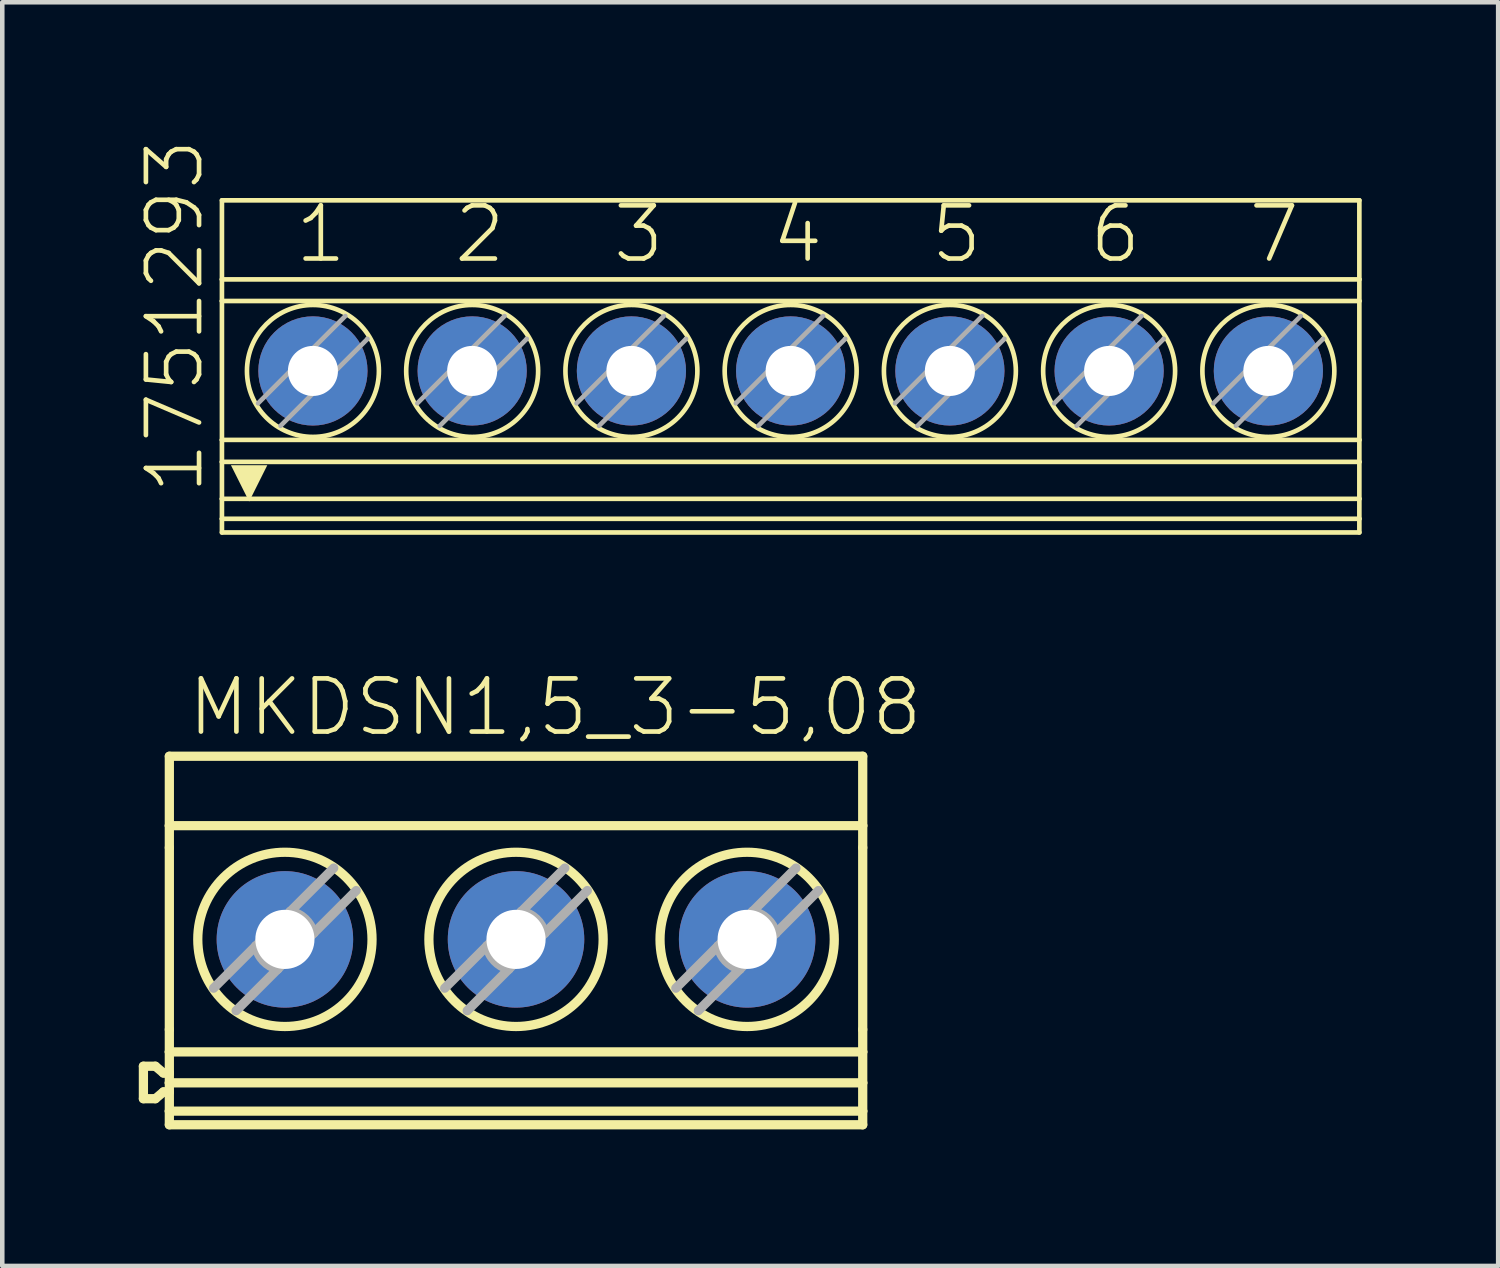
<source format=kicad_pcb>
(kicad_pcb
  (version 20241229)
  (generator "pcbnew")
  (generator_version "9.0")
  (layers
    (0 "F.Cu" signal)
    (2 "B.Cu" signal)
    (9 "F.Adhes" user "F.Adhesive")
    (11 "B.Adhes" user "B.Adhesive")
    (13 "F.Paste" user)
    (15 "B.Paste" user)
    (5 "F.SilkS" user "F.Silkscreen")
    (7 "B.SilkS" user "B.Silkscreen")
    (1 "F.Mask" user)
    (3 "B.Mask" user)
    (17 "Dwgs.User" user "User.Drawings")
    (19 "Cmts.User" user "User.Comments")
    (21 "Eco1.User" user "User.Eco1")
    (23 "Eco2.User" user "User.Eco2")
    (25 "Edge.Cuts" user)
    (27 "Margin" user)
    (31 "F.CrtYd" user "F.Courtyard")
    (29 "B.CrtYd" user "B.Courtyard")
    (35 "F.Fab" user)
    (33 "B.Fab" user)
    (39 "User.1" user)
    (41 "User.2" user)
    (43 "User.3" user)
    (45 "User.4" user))
  (footprint "MKDSN1,5_3-5,08"
    (layer "F.Cu")
    (at 10.853 17.622)
    (property "Reference" "MKDSN1,5_3-5,08" (at -9.831 -4.445 0) (layer "F.SilkS") (effects (font (size 1.168 1.168) (thickness 0.102)) (justify left bottom)))
    (fp_line (start -10.751 2.763) (end -10.751 3.477) (stroke (width 0.203) (type solid)) (layer "F.SilkS"))
    (fp_line (start -10.751 2.763) (end -10.488 2.763) (stroke (width 0.203) (type solid)) (layer "F.SilkS"))
    (fp_line (start -10.751 3.477) (end -10.488 3.477) (stroke (width 0.203) (type solid)) (layer "F.SilkS"))
    (fp_line (start -10.488 2.763) (end -10.31 2.913) (stroke (width 0.203) (type solid)) (layer "F.SilkS"))
    (fp_line (start -10.31 2.913) (end -10.181 2.913) (stroke (width 0.203) (type solid)) (layer "F.SilkS"))
    (fp_line (start -10.31 3.327) (end -10.488 3.477) (stroke (width 0.203) (type solid)) (layer "F.SilkS"))
    (fp_line (start -10.181 -4.05) (end 5.059 -4.05) (stroke (width 0.203) (type solid)) (layer "F.SilkS"))
    (fp_line (start -10.181 -2.524) (end -10.181 -4.05) (stroke (width 0.203) (type solid)) (layer "F.SilkS"))
    (fp_line (start -10.181 -2.524) (end -10.181 -2.041) (stroke (width 0.203) (type solid)) (layer "F.SilkS"))
    (fp_line (start -10.181 -2.524) (end 5.059 -2.524) (stroke (width 0.203) (type solid)) (layer "F.SilkS"))
    (fp_line (start -10.181 1.956) (end -10.181 -2.041) (stroke (width 0.203) (type solid)) (layer "F.SilkS"))
    (fp_line (start -10.181 1.956) (end -10.181 2.448) (stroke (width 0.203) (type solid)) (layer "F.SilkS"))
    (fp_line (start -10.181 2.913) (end -10.181 2.448) (stroke (width 0.203) (type solid)) (layer "F.SilkS"))
    (fp_line (start -10.181 3.128) (end -10.181 2.913) (stroke (width 0.203) (type solid)) (layer "F.SilkS"))
    (fp_line (start -10.181 3.128) (end 5.059 3.128) (stroke (width 0.203) (type solid)) (layer "F.SilkS"))
    (fp_line (start -10.181 3.327) (end -10.31 3.327) (stroke (width 0.203) (type solid)) (layer "F.SilkS"))
    (fp_line (start -10.181 3.327) (end -10.181 3.128) (stroke (width 0.203) (type solid)) (layer "F.SilkS"))
    (fp_line (start -10.181 3.75) (end -10.181 3.327) (stroke (width 0.203) (type solid)) (layer "F.SilkS"))
    (fp_line (start -10.181 3.75) (end -10.181 4.05) (stroke (width 0.203) (type solid)) (layer "F.SilkS"))
    (fp_line (start -10.181 4.05) (end 5.059 4.05) (stroke (width 0.203) (type solid)) (layer "F.SilkS"))
    (fp_line (start 5.059 -2.524) (end 5.059 -4.05) (stroke (width 0.203) (type solid)) (layer "F.SilkS"))
    (fp_line (start 5.059 -2.524) (end 5.059 -2.041) (stroke (width 0.203) (type solid)) (layer "F.SilkS"))
    (fp_line (start 5.059 1.956) (end 5.059 -2.041) (stroke (width 0.203) (type solid)) (layer "F.SilkS"))
    (fp_line (start 5.059 1.956) (end 5.059 2.448) (stroke (width 0.203) (type solid)) (layer "F.SilkS"))
    (fp_line (start 5.059 2.448) (end -10.181 2.448) (stroke (width 0.203) (type solid)) (layer "F.SilkS"))
    (fp_line (start 5.059 3.128) (end 5.059 2.448) (stroke (width 0.203) (type solid)) (layer "F.SilkS"))
    (fp_line (start 5.059 3.75) (end -10.181 3.75) (stroke (width 0.203) (type solid)) (layer "F.SilkS"))
    (fp_line (start 5.059 3.75) (end 5.059 3.128) (stroke (width 0.203) (type solid)) (layer "F.SilkS"))
    (fp_line (start 5.059 3.75) (end 5.059 4.05) (stroke (width 0.203) (type solid)) (layer "F.SilkS"))
    (fp_circle (center -7.641 -0.025) (end -5.726 -0.025) (stroke (width 0.203) (type solid)) (fill no) (layer "F.SilkS"))
    (fp_circle (center -2.561 -0.025) (end -0.646 -0.025) (stroke (width 0.203) (type solid)) (fill no) (layer "F.SilkS"))
    (fp_circle (center 2.519 -0.025) (end 4.434 -0.025) (stroke (width 0.203) (type solid)) (fill no) (layer "F.SilkS"))
    (fp_line (start -9.209 1.048) (end -8.28 0.119) (stroke (width 0.203) (type solid)) (layer "F.Fab"))
    (fp_line (start -8.28 0.119) (end -7.641 -0.52) (stroke (width 0.203) (type solid)) (layer "F.Fab"))
    (fp_line (start -7.801 0.63) (end -8.714 1.543) (stroke (width 0.203) (type solid)) (layer "F.Fab"))
    (fp_line (start -7.641 -0.52) (end -7.522 -0.639) (stroke (width 0.203) (type solid)) (layer "F.Fab"))
    (fp_line (start -7.641 0.47) (end -7.801 0.63) (stroke (width 0.203) (type solid)) (layer "F.Fab"))
    (fp_line (start -7.522 -0.639) (end -6.568 -1.593) (stroke (width 0.203) (type solid)) (layer "F.Fab"))
    (fp_line (start -7.011 -0.16) (end -7.641 0.47) (stroke (width 0.203) (type solid)) (layer "F.Fab"))
    (fp_line (start -6.073 -1.098) (end -7.011 -0.16) (stroke (width 0.203) (type solid)) (layer "F.Fab"))
    (fp_line (start -4.129 1.048) (end -3.2 0.119) (stroke (width 0.203) (type solid)) (layer "F.Fab"))
    (fp_line (start -3.2 0.119) (end -2.561 -0.52) (stroke (width 0.203) (type solid)) (layer "F.Fab"))
    (fp_line (start -2.721 0.63) (end -3.634 1.543) (stroke (width 0.203) (type solid)) (layer "F.Fab"))
    (fp_line (start -2.561 -0.52) (end -2.442 -0.639) (stroke (width 0.203) (type solid)) (layer "F.Fab"))
    (fp_line (start -2.561 0.47) (end -2.721 0.63) (stroke (width 0.203) (type solid)) (layer "F.Fab"))
    (fp_line (start -2.442 -0.639) (end -1.488 -1.593) (stroke (width 0.203) (type solid)) (layer "F.Fab"))
    (fp_line (start -1.931 -0.16) (end -2.561 0.47) (stroke (width 0.203) (type solid)) (layer "F.Fab"))
    (fp_line (start -0.993 -1.098) (end -1.931 -0.16) (stroke (width 0.203) (type solid)) (layer "F.Fab"))
    (fp_line (start 0.951 1.048) (end 1.88 0.119) (stroke (width 0.203) (type solid)) (layer "F.Fab"))
    (fp_line (start 1.88 0.119) (end 2.519 -0.52) (stroke (width 0.203) (type solid)) (layer "F.Fab"))
    (fp_line (start 2.359 0.63) (end 1.446 1.543) (stroke (width 0.203) (type solid)) (layer "F.Fab"))
    (fp_line (start 2.519 -0.52) (end 2.638 -0.639) (stroke (width 0.203) (type solid)) (layer "F.Fab"))
    (fp_line (start 2.519 0.47) (end 2.359 0.63) (stroke (width 0.203) (type solid)) (layer "F.Fab"))
    (fp_line (start 2.638 -0.639) (end 3.592 -1.593) (stroke (width 0.203) (type solid)) (layer "F.Fab"))
    (fp_line (start 3.149 -0.16) (end 2.519 0.47) (stroke (width 0.203) (type solid)) (layer "F.Fab"))
    (fp_line (start 4.087 -1.098) (end 3.149 -0.16) (stroke (width 0.203) (type solid)) (layer "F.Fab"))
    (fp_arc (start -7.801099 0.63) (mid -8.115315 0.444537) (end -8.2801 0.119) (stroke (width 0.2032) (type solid)) (layer "F.Fab"))
    (fp_arc (start -7.5221 -0.639) (mid -7.196563 -0.474216) (end -7.0111 -0.16) (stroke (width 0.2032) (type solid)) (layer "F.Fab"))
    (fp_arc (start -2.721099 0.63) (mid -3.035315 0.444537) (end -3.2001 0.119) (stroke (width 0.2032) (type solid)) (layer "F.Fab"))
    (fp_arc (start -2.4421 -0.639) (mid -2.116563 -0.474216) (end -1.9311 -0.16) (stroke (width 0.2032) (type solid)) (layer "F.Fab"))
    (fp_arc (start 2.3589 0.629999) (mid 2.044684 0.444536) (end 1.8799 0.119) (stroke (width 0.2032) (type solid)) (layer "F.Fab"))
    (fp_arc (start 2.6379 -0.639001) (mid 2.963437 -0.474216) (end 3.1489 -0.16) (stroke (width 0.2032) (type solid)) (layer "F.Fab"))
    (pad "1" thru_hole circle (at -7.641 -0.025) (size 3 3) (drill 1.3) (layers "*.Cu" "*.Mask"))
    (pad "2" thru_hole circle (at -2.561 -0.025) (size 3 3) (drill 1.3) (layers "*.Cu" "*.Mask"))
    (pad "3" thru_hole circle (at 2.519 -0.025) (size 3 3) (drill 1.3) (layers "*.Cu" "*.Mask")))
  (footprint "1751293"
    (layer "F.Cu")
    (at 14.328 5.003)
    (property "Reference" "1751293" (at -12.855 2.857 90) (layer "F.SilkS") (effects (font (size 1.168 1.168) (thickness 0.102)) (justify left bottom)))
    (fp_line (start -12.5 -3.65) (end -12.5 -1.912) (stroke (width 0.102) (type solid)) (layer "F.SilkS"))
    (fp_line (start -12.5 -3.65) (end 12.5 -3.65) (stroke (width 0.102) (type solid)) (layer "F.SilkS"))
    (fp_line (start -12.5 -1.912) (end -12.5 -1.437) (stroke (width 0.102) (type solid)) (layer "F.SilkS"))
    (fp_line (start -12.5 -1.912) (end 12.5 -1.912) (stroke (width 0.102) (type solid)) (layer "F.SilkS"))
    (fp_line (start -12.5 1.616) (end -12.5 -1.437) (stroke (width 0.102) (type solid)) (layer "F.SilkS"))
    (fp_line (start -12.5 1.616) (end -12.5 2.099) (stroke (width 0.102) (type solid)) (layer "F.SilkS"))
    (fp_line (start -12.5 1.616) (end 12.5 1.616) (stroke (width 0.102) (type solid)) (layer "F.SilkS"))
    (fp_line (start -12.5 2.099) (end -12.5 2.911) (stroke (width 0.102) (type solid)) (layer "F.SilkS"))
    (fp_line (start -12.5 2.911) (end -12.5 3.35) (stroke (width 0.102) (type solid)) (layer "F.SilkS"))
    (fp_line (start -12.5 3.35) (end -12.5 3.65) (stroke (width 0.102) (type solid)) (layer "F.SilkS"))
    (fp_line (start -12.5 3.35) (end 12.5 3.35) (stroke (width 0.102) (type solid)) (layer "F.SilkS"))
    (fp_line (start -12.5 3.65) (end 12.5 3.65) (stroke (width 0.102) (type solid)) (layer "F.SilkS"))
    (fp_line (start -9.294 -0.611) (end -9.3 -0.605) (stroke (width 0.102) (type solid)) (layer "F.SilkS"))
    (fp_line (start -5.794 -0.611) (end -5.8 -0.605) (stroke (width 0.102) (type solid)) (layer "F.SilkS"))
    (fp_line (start -2.294 -0.611) (end -2.3 -0.605) (stroke (width 0.102) (type solid)) (layer "F.SilkS"))
    (fp_line (start 1.206 -0.611) (end 1.2 -0.605) (stroke (width 0.102) (type solid)) (layer "F.SilkS"))
    (fp_line (start 4.706 -0.611) (end 4.7 -0.605) (stroke (width 0.102) (type solid)) (layer "F.SilkS"))
    (fp_line (start 8.206 -0.611) (end 8.2 -0.605) (stroke (width 0.102) (type solid)) (layer "F.SilkS"))
    (fp_line (start 11.706 -0.611) (end 11.7 -0.605) (stroke (width 0.102) (type solid)) (layer "F.SilkS"))
    (fp_line (start 12.5 -3.65) (end 12.5 -1.912) (stroke (width 0.102) (type solid)) (layer "F.SilkS"))
    (fp_line (start 12.5 -1.437) (end -12.5 -1.437) (stroke (width 0.102) (type solid)) (layer "F.SilkS"))
    (fp_line (start 12.5 -1.437) (end 12.5 -1.912) (stroke (width 0.102) (type solid)) (layer "F.SilkS"))
    (fp_line (start 12.5 1.616) (end 12.5 -1.437) (stroke (width 0.102) (type solid)) (layer "F.SilkS"))
    (fp_line (start 12.5 1.616) (end 12.5 2.099) (stroke (width 0.102) (type solid)) (layer "F.SilkS"))
    (fp_line (start 12.5 2.099) (end -12.5 2.099) (stroke (width 0.102) (type solid)) (layer "F.SilkS"))
    (fp_line (start 12.5 2.099) (end 12.5 2.911) (stroke (width 0.102) (type solid)) (layer "F.SilkS"))
    (fp_line (start 12.5 2.911) (end -12.5 2.911) (stroke (width 0.102) (type solid)) (layer "F.SilkS"))
    (fp_line (start 12.5 2.911) (end 12.5 3.35) (stroke (width 0.102) (type solid)) (layer "F.SilkS"))
    (fp_line (start 12.5 3.35) (end 12.5 3.65) (stroke (width 0.102) (type solid)) (layer "F.SilkS"))
    (fp_circle (center -10.5 0.1) (end -9.05 0.1) (stroke (width 0.102) (type solid)) (fill no) (layer "F.SilkS"))
    (fp_circle (center -7 0.1) (end -5.55 0.1) (stroke (width 0.102) (type solid)) (fill no) (layer "F.SilkS"))
    (fp_circle (center -3.5 0.1) (end -2.05 0.1) (stroke (width 0.102) (type solid)) (fill no) (layer "F.SilkS"))
    (fp_circle (center 0 0.1) (end 1.45 0.1) (stroke (width 0.102) (type solid)) (fill no) (layer "F.SilkS"))
    (fp_circle (center 3.5 0.1) (end 4.95 0.1) (stroke (width 0.102) (type solid)) (fill no) (layer "F.SilkS"))
    (fp_circle (center 7 0.1) (end 8.45 0.1) (stroke (width 0.102) (type solid)) (fill no) (layer "F.SilkS"))
    (fp_circle (center 10.5 0.1) (end 11.95 0.1) (stroke (width 0.102) (type solid)) (fill no) (layer "F.SilkS"))
    (fp_poly (pts (xy -11.902 2.971) (xy -12.302 2.172) (xy -11.503 2.172)) (stroke (width 0) (type default)) (fill yes) (layer "F.SilkS"))
    (fp_line (start -11.706 0.811) (end -9.789 -1.106) (stroke (width 0.102) (type solid)) (layer "F.Fab"))
    (fp_line (start -9.3 -0.605) (end -11.211 1.306) (stroke (width 0.102) (type solid)) (layer "F.Fab"))
    (fp_line (start -8.206 0.811) (end -6.289 -1.106) (stroke (width 0.102) (type solid)) (layer "F.Fab"))
    (fp_line (start -5.8 -0.605) (end -7.711 1.306) (stroke (width 0.102) (type solid)) (layer "F.Fab"))
    (fp_line (start -4.706 0.811) (end -2.789 -1.106) (stroke (width 0.102) (type solid)) (layer "F.Fab"))
    (fp_line (start -2.3 -0.605) (end -4.211 1.306) (stroke (width 0.102) (type solid)) (layer "F.Fab"))
    (fp_line (start -1.206 0.811) (end 0.711 -1.106) (stroke (width 0.102) (type solid)) (layer "F.Fab"))
    (fp_line (start 1.2 -0.605) (end -0.711 1.306) (stroke (width 0.102) (type solid)) (layer "F.Fab"))
    (fp_line (start 2.294 0.811) (end 4.211 -1.106) (stroke (width 0.102) (type solid)) (layer "F.Fab"))
    (fp_line (start 4.7 -0.605) (end 2.789 1.306) (stroke (width 0.102) (type solid)) (layer "F.Fab"))
    (fp_line (start 5.794 0.811) (end 7.711 -1.106) (stroke (width 0.102) (type solid)) (layer "F.Fab"))
    (fp_line (start 8.2 -0.605) (end 6.289 1.306) (stroke (width 0.102) (type solid)) (layer "F.Fab"))
    (fp_line (start 9.294 0.811) (end 11.211 -1.106) (stroke (width 0.102) (type solid)) (layer "F.Fab"))
    (fp_line (start 11.7 -0.605) (end 9.789 1.306) (stroke (width 0.102) (type solid)) (layer "F.Fab"))
    (fp_text user "5" (at 3.02 -2.223 0) (layer "F.SilkS") (effects (font (size 1.168 1.168) (thickness 0.102)) (justify left bottom)))
    (fp_text user "2" (at -7.457 -2.223 0) (layer "F.SilkS") (effects (font (size 1.168 1.168) (thickness 0.102)) (justify left bottom)))
    (fp_text user "1" (at -10.95 -2.223 0) (layer "F.SilkS") (effects (font (size 1.168 1.168) (thickness 0.102)) (justify left bottom)))
    (fp_text user "4" (at -0.472 -2.223 0) (layer "F.SilkS") (effects (font (size 1.168 1.168) (thickness 0.102)) (justify left bottom)))
    (fp_text user "6" (at 6.513 -2.223 0) (layer "F.SilkS") (effects (font (size 1.168 1.168) (thickness 0.102)) (justify left bottom)))
    (fp_text user "3" (at -3.965 -2.223 0) (layer "F.SilkS") (effects (font (size 1.168 1.168) (thickness 0.102)) (justify left bottom)))
    (fp_text user "7" (at 10.005 -2.223 0) (layer "F.SilkS") (effects (font (size 1.168 1.168) (thickness 0.102)) (justify left bottom)))
    (pad "1" thru_hole circle (at -10.5 0.1 90) (size 2.4 2.4) (drill 1.1) (layers "*.Cu" "*.Mask"))
    (pad "2" thru_hole circle (at -7 0.1 90) (size 2.4 2.4) (drill 1.1) (layers "*.Cu" "*.Mask"))
    (pad "3" thru_hole circle (at -3.5 0.1 90) (size 2.4 2.4) (drill 1.1) (layers "*.Cu" "*.Mask"))
    (pad "4" thru_hole circle (at 0 0.1 90) (size 2.4 2.4) (drill 1.1) (layers "*.Cu" "*.Mask"))
    (pad "5" thru_hole circle (at 3.5 0.1 90) (size 2.4 2.4) (drill 1.1) (layers "*.Cu" "*.Mask"))
    (pad "6" thru_hole circle (at 7 0.1 90) (size 2.4 2.4) (drill 1.1) (layers "*.Cu" "*.Mask"))
    (pad "7" thru_hole circle (at 10.5 0.1 90) (size 2.4 2.4) (drill 1.1) (layers "*.Cu" "*.Mask")))
  (gr_rect
    (start -3 -3)
    (end 29.879 24.774)
    (stroke (width 0.1) (type default))
    (fill no)
    (layer "Edge.Cuts")))
</source>
